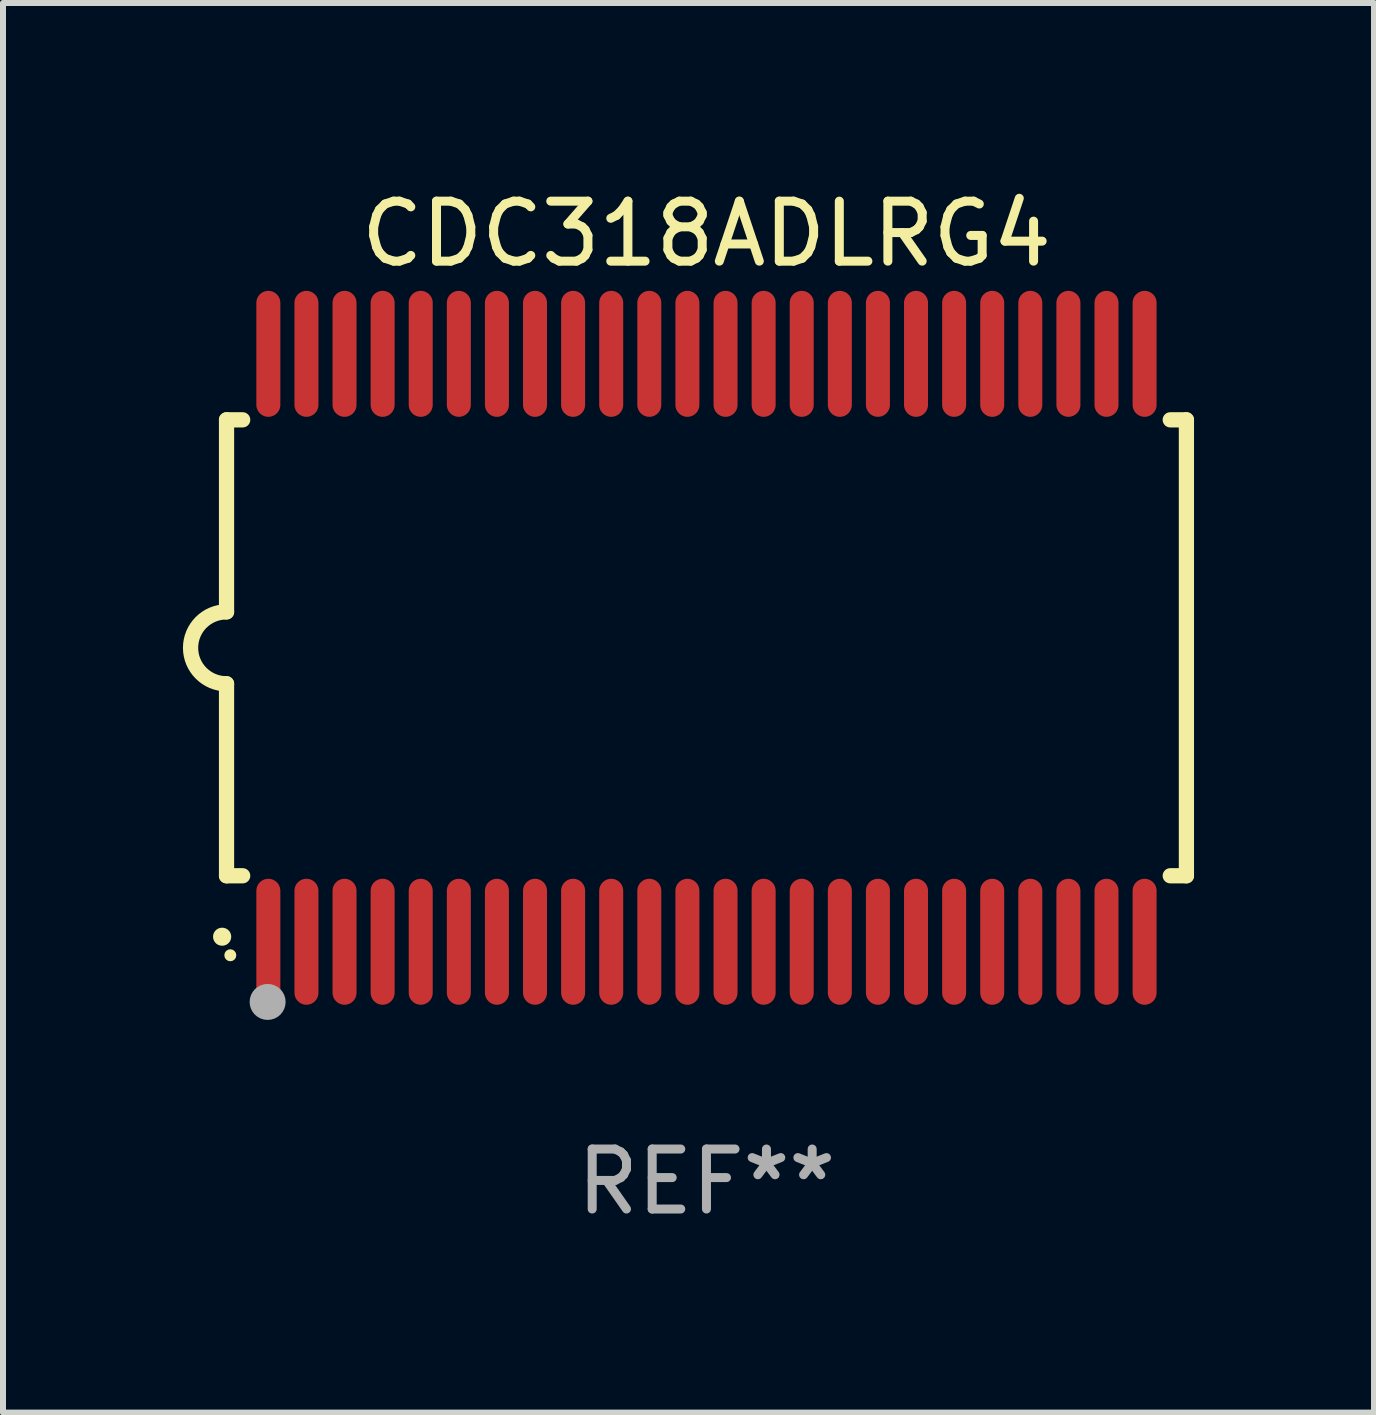
<source format=kicad_pcb>
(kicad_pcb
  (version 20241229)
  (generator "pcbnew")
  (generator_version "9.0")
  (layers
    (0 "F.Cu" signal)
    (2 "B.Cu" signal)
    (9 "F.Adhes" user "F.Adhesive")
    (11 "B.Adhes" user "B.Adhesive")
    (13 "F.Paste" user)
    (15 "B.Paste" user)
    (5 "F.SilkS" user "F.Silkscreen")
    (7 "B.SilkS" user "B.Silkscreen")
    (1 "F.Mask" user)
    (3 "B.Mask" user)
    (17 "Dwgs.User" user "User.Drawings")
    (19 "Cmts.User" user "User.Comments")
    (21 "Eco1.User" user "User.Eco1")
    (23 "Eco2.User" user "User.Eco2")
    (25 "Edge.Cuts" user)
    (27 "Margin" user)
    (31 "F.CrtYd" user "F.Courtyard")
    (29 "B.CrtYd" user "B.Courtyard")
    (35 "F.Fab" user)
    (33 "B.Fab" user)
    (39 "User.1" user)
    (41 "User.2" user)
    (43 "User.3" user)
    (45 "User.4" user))
  (footprint "CDC318ADLRG4"
    (layer "F.Cu")
    (at 8.726 7.748)
    (property "Reference" "CDC318ADLRG4" (at 0 -6.9 0) (layer "F.SilkS") (effects (font (size 1 1) (thickness 0.15))))
    (attr through_hole)
    (fp_line (start -8 -3.8) (end -8 -0.599) (stroke (width 0.254) (type solid)) (layer "F.SilkS"))
    (fp_line (start -8 -3.8) (end -7.731 -3.8) (stroke (width 0.254) (type solid)) (layer "F.SilkS"))
    (fp_line (start -8 3.8) (end -8 0.599) (stroke (width 0.254) (type solid)) (layer "F.SilkS"))
    (fp_line (start -7.731 3.8) (end -8 3.8) (stroke (width 0.254) (type solid)) (layer "F.SilkS"))
    (fp_line (start 7.731 -3.8) (end 8 -3.8) (stroke (width 0.254) (type solid)) (layer "F.SilkS"))
    (fp_line (start 8 -3.8) (end 8 3.8) (stroke (width 0.254) (type solid)) (layer "F.SilkS"))
    (fp_line (start 8 3.8) (end 7.731 3.8) (stroke (width 0.254) (type solid)) (layer "F.SilkS"))
    (fp_arc (start -8.074676 4.81585) (mid -8.073406 4.815845) (end -8.072136 4.81585) (stroke (width 0.3) (type solid)) (layer "F.SilkS"))
    (fp_arc (start -8.000025 0.6) (mid -8.598908 0.00056) (end -8.000027 -0.598882) (stroke (width 0.254001) (type solid)) (layer "F.SilkS"))
    (fp_circle (center -7.937 5.125) (end -7.887 5.125) (stroke (width 0.1) (type solid)) (fill no) (layer "F.SilkS"))
    (fp_circle (center -7.315 5.903) (end -7.165 5.903) (stroke (width 0.3) (type solid)) (fill no) (layer "F.Fab"))
    (fp_text user "REF**" (at 0 8.9 0) (layer "F.Fab") (effects (font (size 1 1) (thickness 0.15))))
    (pad "1" smd oval (at -7.303 4.9) (size 0.4 2.1) (layers "F.Cu" "F.Mask" "F.Paste"))
    (pad "2" smd oval (at -6.668 4.9) (size 0.4 2.1) (layers "F.Cu" "F.Mask" "F.Paste"))
    (pad "3" smd oval (at -6.033 4.9) (size 0.4 2.1) (layers "F.Cu" "F.Mask" "F.Paste"))
    (pad "4" smd oval (at -5.398 4.9) (size 0.4 2.1) (layers "F.Cu" "F.Mask" "F.Paste"))
    (pad "5" smd oval (at -4.763 4.9) (size 0.4 2.1) (layers "F.Cu" "F.Mask" "F.Paste"))
    (pad "6" smd oval (at -4.128 4.9) (size 0.4 2.1) (layers "F.Cu" "F.Mask" "F.Paste"))
    (pad "7" smd oval (at -3.493 4.9) (size 0.4 2.1) (layers "F.Cu" "F.Mask" "F.Paste"))
    (pad "8" smd oval (at -2.858 4.9) (size 0.4 2.1) (layers "F.Cu" "F.Mask" "F.Paste"))
    (pad "9" smd oval (at -2.223 4.9) (size 0.4 2.1) (layers "F.Cu" "F.Mask" "F.Paste"))
    (pad "10" smd oval (at -1.588 4.9) (size 0.4 2.1) (layers "F.Cu" "F.Mask" "F.Paste"))
    (pad "11" smd oval (at -0.953 4.9) (size 0.4 2.1) (layers "F.Cu" "F.Mask" "F.Paste"))
    (pad "12" smd oval (at -0.318 4.9) (size 0.4 2.1) (layers "F.Cu" "F.Mask" "F.Paste"))
    (pad "13" smd oval (at 0.318 4.9) (size 0.4 2.1) (layers "F.Cu" "F.Mask" "F.Paste"))
    (pad "14" smd oval (at 0.953 4.9) (size 0.4 2.1) (layers "F.Cu" "F.Mask" "F.Paste"))
    (pad "15" smd oval (at 1.588 4.9) (size 0.4 2.1) (layers "F.Cu" "F.Mask" "F.Paste"))
    (pad "16" smd oval (at 2.223 4.9) (size 0.4 2.1) (layers "F.Cu" "F.Mask" "F.Paste"))
    (pad "17" smd oval (at 2.858 4.9) (size 0.4 2.1) (layers "F.Cu" "F.Mask" "F.Paste"))
    (pad "18" smd oval (at 3.493 4.9) (size 0.4 2.1) (layers "F.Cu" "F.Mask" "F.Paste"))
    (pad "19" smd oval (at 4.128 4.9) (size 0.4 2.1) (layers "F.Cu" "F.Mask" "F.Paste"))
    (pad "20" smd oval (at 4.763 4.9) (size 0.4 2.1) (layers "F.Cu" "F.Mask" "F.Paste"))
    (pad "21" smd oval (at 5.398 4.9) (size 0.4 2.1) (layers "F.Cu" "F.Mask" "F.Paste"))
    (pad "22" smd oval (at 6.033 4.9) (size 0.4 2.1) (layers "F.Cu" "F.Mask" "F.Paste"))
    (pad "23" smd oval (at 6.668 4.9) (size 0.4 2.1) (layers "F.Cu" "F.Mask" "F.Paste"))
    (pad "24" smd oval (at 7.303 4.9) (size 0.4 2.1) (layers "F.Cu" "F.Mask" "F.Paste"))
    (pad "25" smd oval (at 7.303 -4.9 180) (size 0.4 2.1) (layers "F.Cu" "F.Mask" "F.Paste"))
    (pad "26" smd oval (at 6.668 -4.9 180) (size 0.4 2.1) (layers "F.Cu" "F.Mask" "F.Paste"))
    (pad "27" smd oval (at 6.033 -4.9 180) (size 0.4 2.1) (layers "F.Cu" "F.Mask" "F.Paste"))
    (pad "28" smd oval (at 5.398 -4.9 180) (size 0.4 2.1) (layers "F.Cu" "F.Mask" "F.Paste"))
    (pad "29" smd oval (at 4.763 -4.9 180) (size 0.4 2.1) (layers "F.Cu" "F.Mask" "F.Paste"))
    (pad "30" smd oval (at 4.128 -4.9 180) (size 0.4 2.1) (layers "F.Cu" "F.Mask" "F.Paste"))
    (pad "31" smd oval (at 3.493 -4.9 180) (size 0.4 2.1) (layers "F.Cu" "F.Mask" "F.Paste"))
    (pad "32" smd oval (at 2.858 -4.9 180) (size 0.4 2.1) (layers "F.Cu" "F.Mask" "F.Paste"))
    (pad "33" smd oval (at 2.223 -4.9 180) (size 0.4 2.1) (layers "F.Cu" "F.Mask" "F.Paste"))
    (pad "34" smd oval (at 1.588 -4.9 180) (size 0.4 2.1) (layers "F.Cu" "F.Mask" "F.Paste"))
    (pad "35" smd oval (at 0.953 -4.9 180) (size 0.4 2.1) (layers "F.Cu" "F.Mask" "F.Paste"))
    (pad "36" smd oval (at 0.318 -4.9 180) (size 0.4 2.1) (layers "F.Cu" "F.Mask" "F.Paste"))
    (pad "37" smd oval (at -0.318 -4.9 180) (size 0.4 2.1) (layers "F.Cu" "F.Mask" "F.Paste"))
    (pad "38" smd oval (at -0.953 -4.9 180) (size 0.4 2.1) (layers "F.Cu" "F.Mask" "F.Paste"))
    (pad "39" smd oval (at -1.588 -4.9 180) (size 0.4 2.1) (layers "F.Cu" "F.Mask" "F.Paste"))
    (pad "40" smd oval (at -2.223 -4.9 180) (size 0.4 2.1) (layers "F.Cu" "F.Mask" "F.Paste"))
    (pad "41" smd oval (at -2.858 -4.9 180) (size 0.4 2.1) (layers "F.Cu" "F.Mask" "F.Paste"))
    (pad "42" smd oval (at -3.493 -4.9 180) (size 0.4 2.1) (layers "F.Cu" "F.Mask" "F.Paste"))
    (pad "43" smd oval (at -4.128 -4.9 180) (size 0.4 2.1) (layers "F.Cu" "F.Mask" "F.Paste"))
    (pad "44" smd oval (at -4.763 -4.9 180) (size 0.4 2.1) (layers "F.Cu" "F.Mask" "F.Paste"))
    (pad "45" smd oval (at -5.398 -4.9 180) (size 0.4 2.1) (layers "F.Cu" "F.Mask" "F.Paste"))
    (pad "46" smd oval (at -6.033 -4.9 180) (size 0.4 2.1) (layers "F.Cu" "F.Mask" "F.Paste"))
    (pad "47" smd oval (at -6.668 -4.9 180) (size 0.4 2.1) (layers "F.Cu" "F.Mask" "F.Paste"))
    (pad "48" smd oval (at -7.303 -4.9 180) (size 0.4 2.1) (layers "F.Cu" "F.Mask" "F.Paste")))
  (gr_rect
    (start -3 -3)
    (end 19.853 20.496)
    (stroke (width 0.1) (type default))
    (fill no)
    (layer "Edge.Cuts")))
</source>
